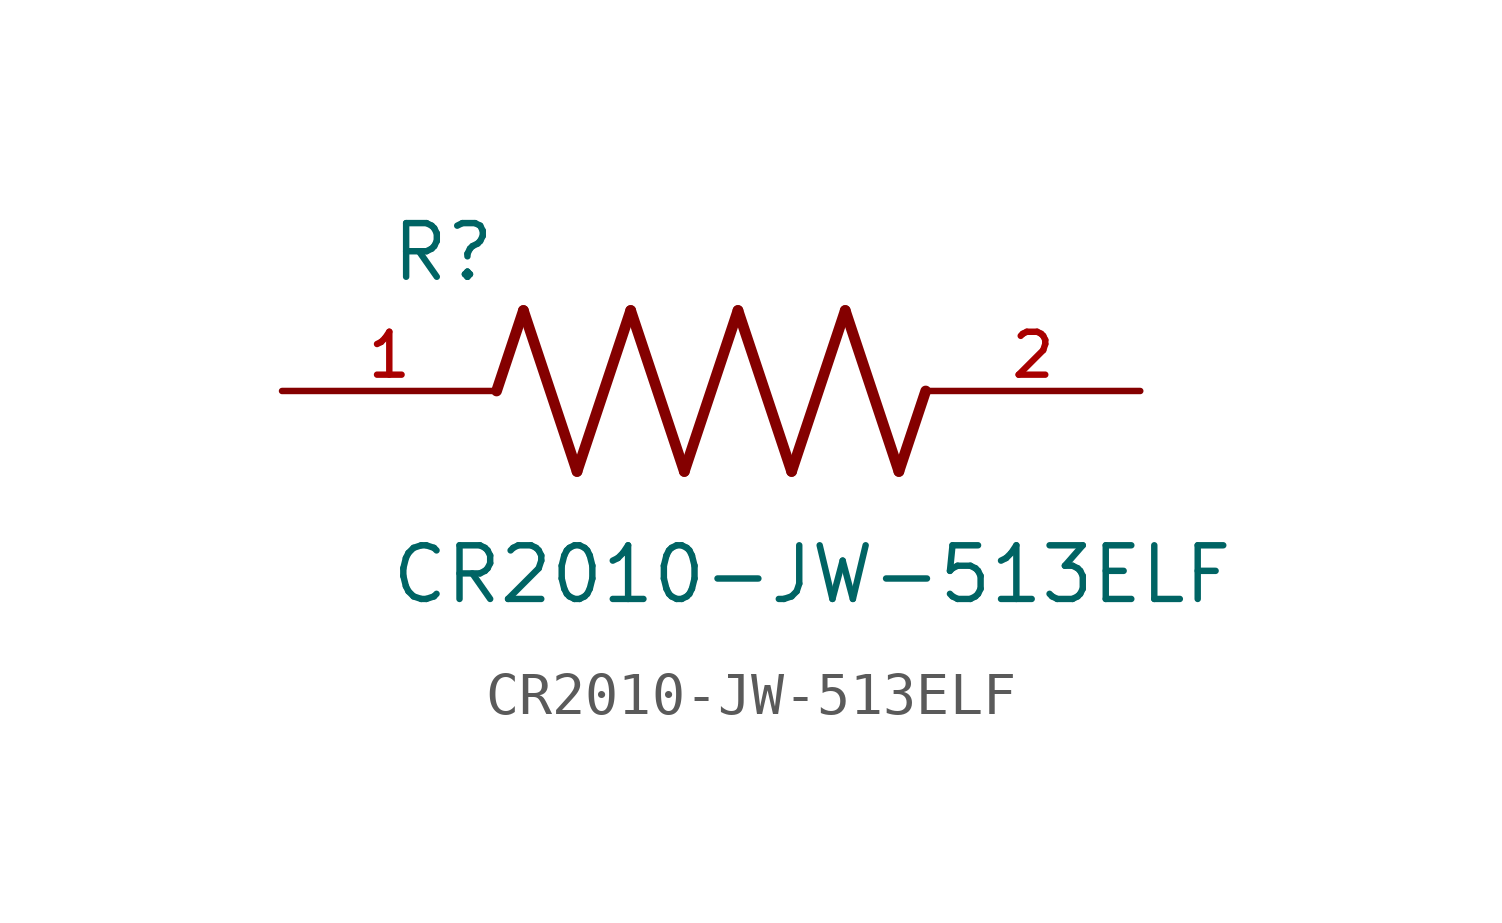
<source format=kicad_sym>
(kicad_symbol_lib
  (version 20211014)
  (generator kicad_symbol_editor)
  (symbol "CR2010-JW-513ELF"
    (pin_names
      (offset 1.016))
    (property "Reference" "R"
      (at -7.624 2.541 0)
      (effects (font (size 1.27 1.27)) (justify bottom left)))
    (property "Value" "CR2010-JW-513ELF"
      (at -7.63 -5.087 0)
      (effects (font (size 1.27 1.27)) (justify bottom left)))
    (symbol "CR2010-JW-513ELF_0_0"
      (polyline (pts (xy -5.08 0.0) (xy -4.445 1.905)) (stroke (width 0.254)))
      (polyline (pts (xy -4.445 1.905) (xy -3.175 -1.905)) (stroke (width 0.254)))
      (polyline (pts (xy -3.175 -1.905) (xy -1.905 1.905)) (stroke (width 0.254)))
      (polyline (pts (xy -1.905 1.905) (xy -0.635 -1.905)) (stroke (width 0.254)))
      (polyline (pts (xy -0.635 -1.905) (xy 0.635 1.905)) (stroke (width 0.254)))
      (polyline (pts (xy 0.635 1.905) (xy 1.905 -1.905)) (stroke (width 0.254)))
      (polyline (pts (xy 1.905 -1.905) (xy 3.175 1.905)) (stroke (width 0.254)))
      (polyline (pts (xy 3.175 1.905) (xy 4.445 -1.905)) (stroke (width 0.254)))
      (polyline (pts (xy 4.445 -1.905) (xy 5.08 0.0)) (stroke (width 0.254)))
      (pin passive line (at -10.16 0.0 0) (length 5.08) (name "~" (effects (font (size 1.016 1.016)))) (number "1" (effects (font (size 1.016 1.016)))))
      (pin passive line (at 10.16 0.0 180.0) (length 5.08) (name "~" (effects (font (size 1.016 1.016)))) (number "2" (effects (font (size 1.016 1.016))))))))
</source>
